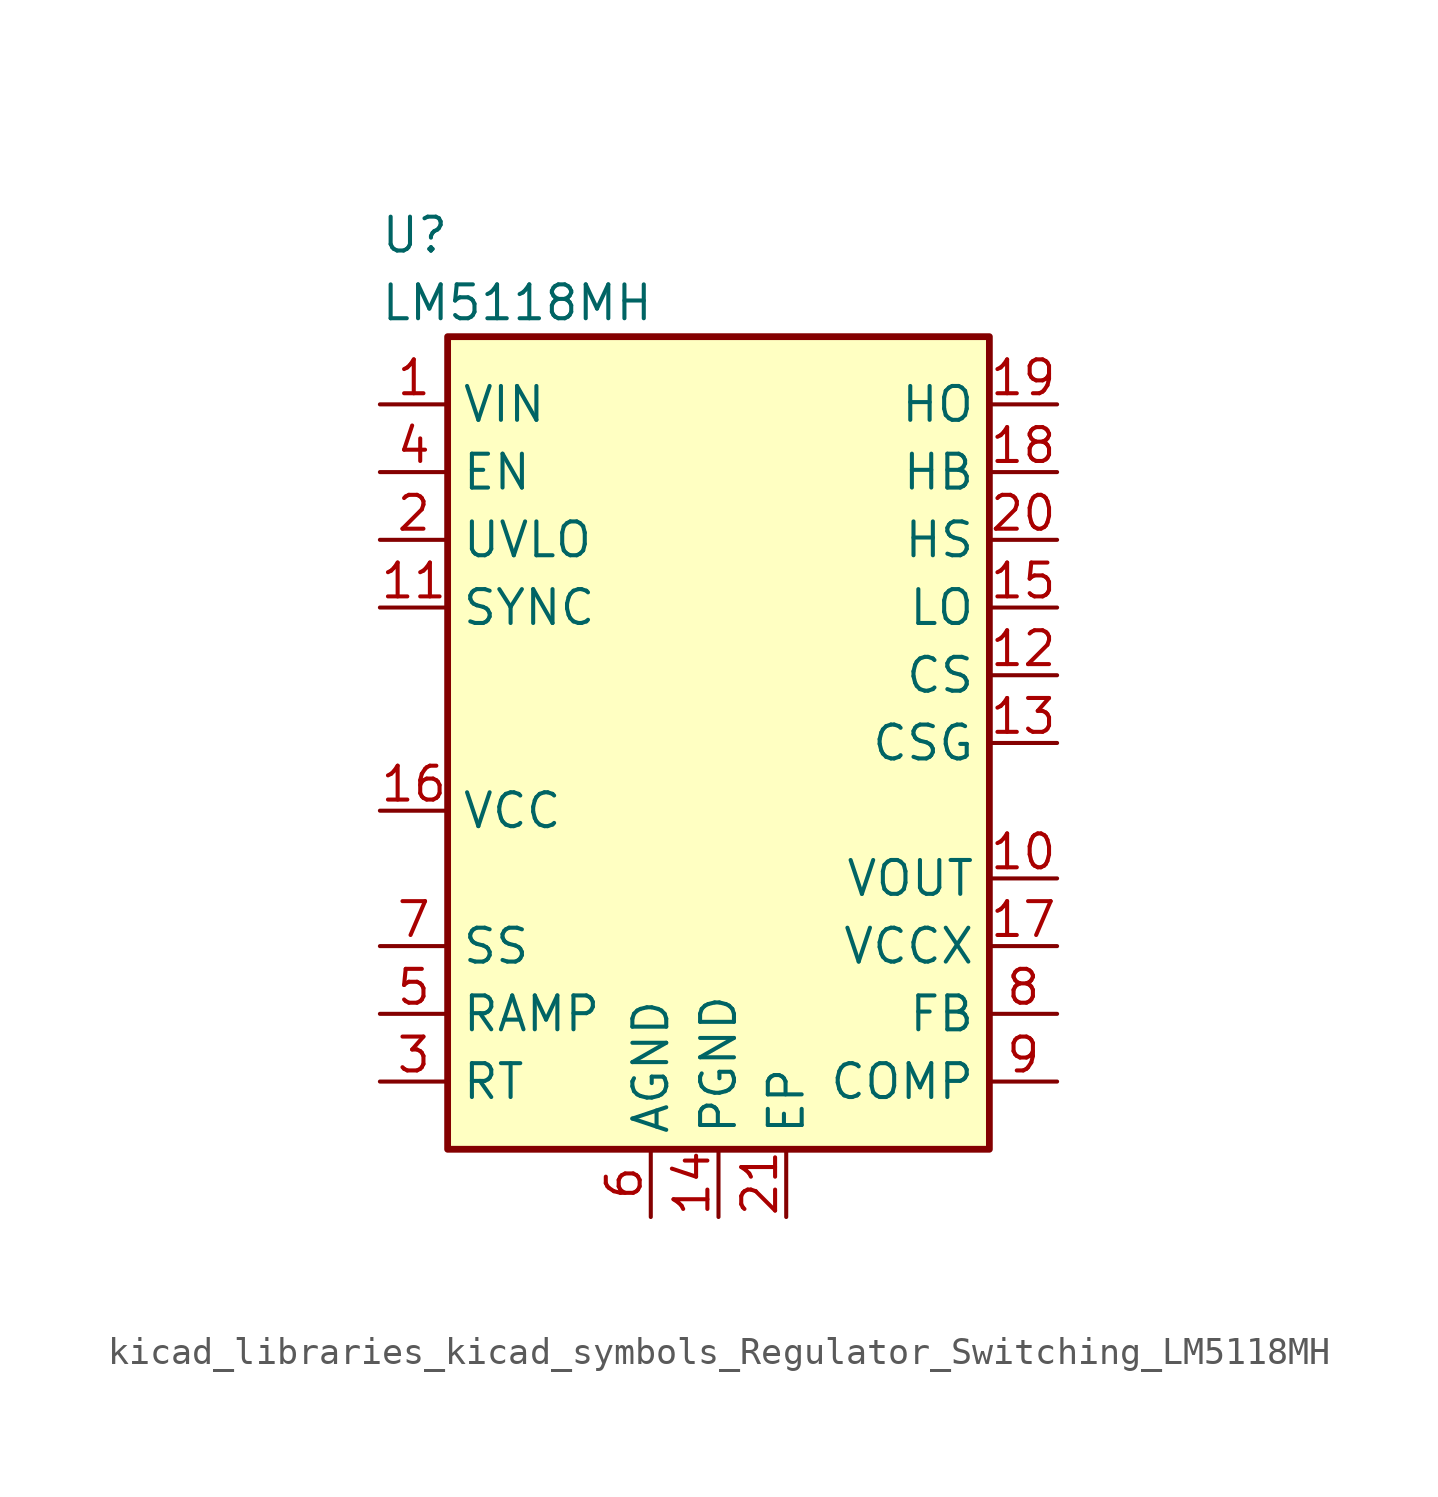
<source format=kicad_sym>
(kicad_symbol_lib
  (version 20220914)
  (generator kicad_symbol_editor)
  (symbol "kicad_libraries_kicad_symbols_Regulator_Switching_LM5118MH"
    (property "Reference" "U"
      (at -12.7 19.05 0)
      (effects (font (size 1.27 1.27)) (justify left)))
    (property "Value" "LM5118MH"
      (at -12.7 16.51 0)
      (effects (font (size 1.27 1.27)) (justify left)))
    (symbol "kicad_libraries_kicad_symbols_Regulator_Switching_LM5118MH_0_1"
      (rectangle (start -10.16 15.24) (end 10.16 -15.24) (stroke (width 0.254) (type default)) (fill (type background))))
    (symbol "kicad_libraries_kicad_symbols_Regulator_Switching_LM5118MH_1_1"
      (pin power_in line (at -12.7 12.7 0) (length 2.54) (name "VIN" (effects (font (size 1.27 1.27)))) (number "1" (effects (font (size 1.27 1.27)))))
      (pin input line (at 12.7 -5.08 180) (length 2.54) (name "VOUT" (effects (font (size 1.27 1.27)))) (number "10" (effects (font (size 1.27 1.27)))))
      (pin input line (at -12.7 5.08 0) (length 2.54) (name "SYNC" (effects (font (size 1.27 1.27)))) (number "11" (effects (font (size 1.27 1.27)))))
      (pin input line (at 12.7 2.54 180) (length 2.54) (name "CS" (effects (font (size 1.27 1.27)))) (number "12" (effects (font (size 1.27 1.27)))))
      (pin input line (at 12.7 0 180) (length 2.54) (name "CSG" (effects (font (size 1.27 1.27)))) (number "13" (effects (font (size 1.27 1.27)))))
      (pin power_in line (at 0 -17.78 90) (length 2.54) (name "PGND" (effects (font (size 1.27 1.27)))) (number "14" (effects (font (size 1.27 1.27)))))
      (pin output line (at 12.7 5.08 180) (length 2.54) (name "LO" (effects (font (size 1.27 1.27)))) (number "15" (effects (font (size 1.27 1.27)))))
      (pin power_out line (at -12.7 -2.54 0) (length 2.54) (name "VCC" (effects (font (size 1.27 1.27)))) (number "16" (effects (font (size 1.27 1.27)))))
      (pin power_in line (at 12.7 -7.62 180) (length 2.54) (name "VCCX" (effects (font (size 1.27 1.27)))) (number "17" (effects (font (size 1.27 1.27)))))
      (pin passive line (at 12.7 10.16 180) (length 2.54) (name "HB" (effects (font (size 1.27 1.27)))) (number "18" (effects (font (size 1.27 1.27)))))
      (pin output line (at 12.7 12.7 180) (length 2.54) (name "HO" (effects (font (size 1.27 1.27)))) (number "19" (effects (font (size 1.27 1.27)))))
      (pin input line (at -12.7 7.62 0) (length 2.54) (name "UVLO" (effects (font (size 1.27 1.27)))) (number "2" (effects (font (size 1.27 1.27)))))
      (pin passive line (at 12.7 7.62 180) (length 2.54) (name "HS" (effects (font (size 1.27 1.27)))) (number "20" (effects (font (size 1.27 1.27)))))
      (pin passive line (at 2.54 -17.78 90) (length 2.54) (name "EP" (effects (font (size 1.27 1.27)))) (number "21" (effects (font (size 1.27 1.27)))))
      (pin passive line (at -12.7 -12.7 0) (length 2.54) (name "RT" (effects (font (size 1.27 1.27)))) (number "3" (effects (font (size 1.27 1.27)))))
      (pin input line (at -12.7 10.16 0) (length 2.54) (name "EN" (effects (font (size 1.27 1.27)))) (number "4" (effects (font (size 1.27 1.27)))))
      (pin passive line (at -12.7 -10.16 0) (length 2.54) (name "RAMP" (effects (font (size 1.27 1.27)))) (number "5" (effects (font (size 1.27 1.27)))))
      (pin power_in line (at -2.54 -17.78 90) (length 2.54) (name "AGND" (effects (font (size 1.27 1.27)))) (number "6" (effects (font (size 1.27 1.27)))))
      (pin passive line (at -12.7 -7.62 0) (length 2.54) (name "SS" (effects (font (size 1.27 1.27)))) (number "7" (effects (font (size 1.27 1.27)))))
      (pin input line (at 12.7 -10.16 180) (length 2.54) (name "FB" (effects (font (size 1.27 1.27)))) (number "8" (effects (font (size 1.27 1.27)))))
      (pin output line (at 12.7 -12.7 180) (length 2.54) (name "COMP" (effects (font (size 1.27 1.27)))) (number "9" (effects (font (size 1.27 1.27))))))))
</source>
